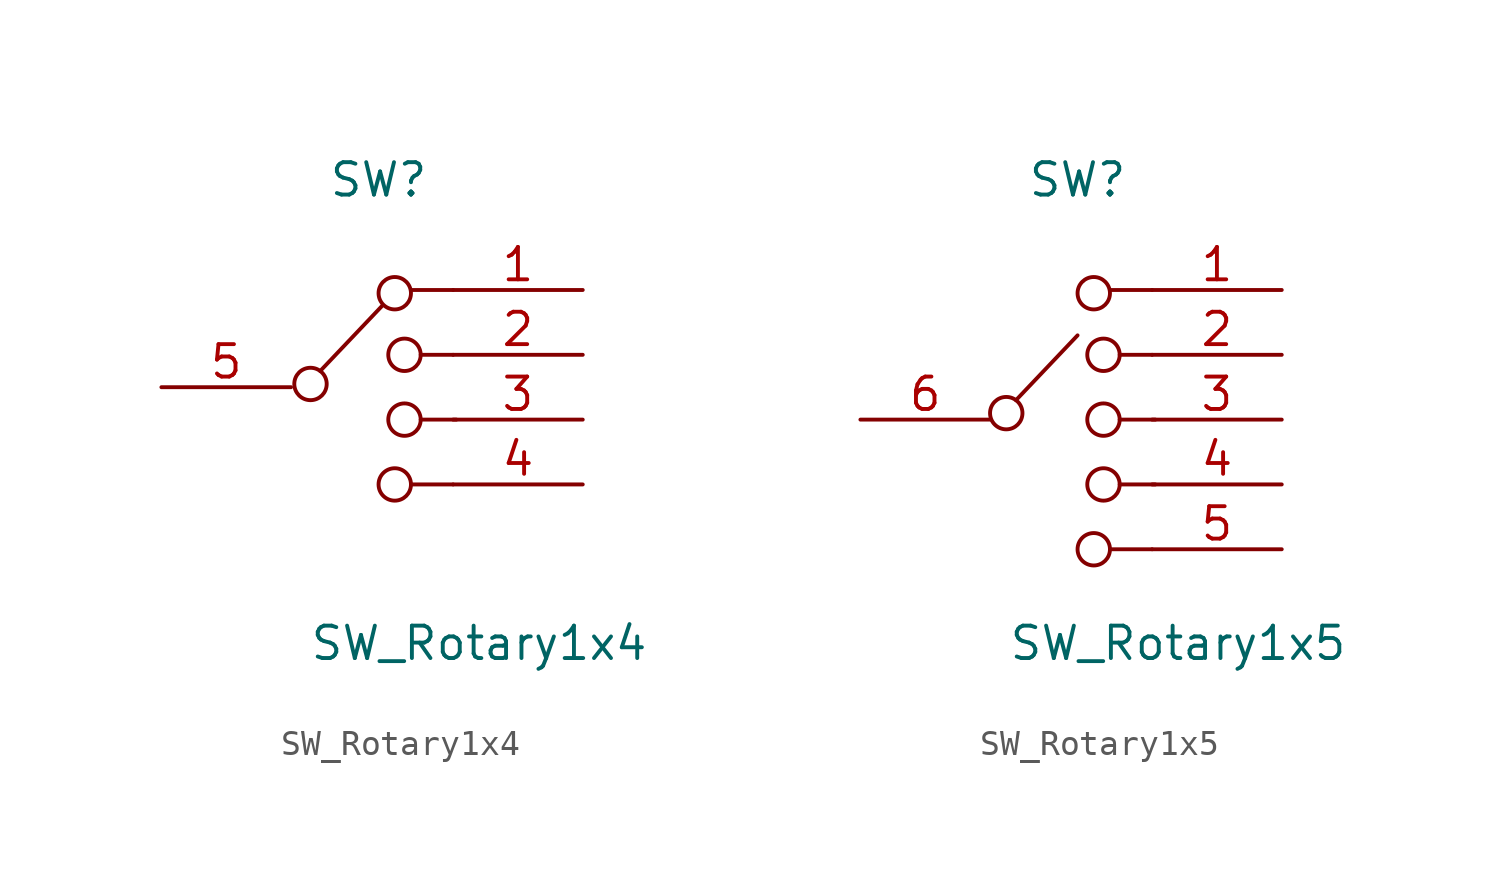
<source format=kicad_sym>
(kicad_symbol_lib
  (version 20201005)
  (generator kicad_symbol_editor)
  (symbol "SW_Rotary1x4"
    (pin_names
      (offset 1.016) hide)
    (property "Reference" "SW"
      (at -1.651 15.748 0)
      (effects (font (size 1.27 1.27))))
    (property "Value" "SW_Rotary1x4"
      (at 2.286 -2.413 0)
      (effects (font (size 1.27 1.27))))
    (symbol "SW_Rotary1x4_0_0"
      (circle (center -4.318 7.747) (radius 0.635) (stroke (width 0)) (fill (type none)))
      (circle (center -1.016 3.81) (radius 0.635) (stroke (width 0)) (fill (type none)))
      (circle (center -1.016 11.303) (radius 0.635) (stroke (width 0)) (fill (type none)))
      (circle (center -0.635 6.35) (radius 0.635) (stroke (width 0)) (fill (type none)))
      (circle (center -0.635 8.89) (radius 0.635) (stroke (width 0)) (fill (type none)))
      (polyline (pts (xy -3.937 8.255) (xy -1.524 10.795)) (stroke (width 0)) (fill (type none)))
      (polyline (pts (xy -0.381 3.81) (xy 1.27 3.81)) (stroke (width 0)) (fill (type none)))
      (polyline (pts (xy 0 6.35) (xy 1.397 6.35)) (stroke (width 0)) (fill (type none)))
      (polyline (pts (xy 0 8.89) (xy 1.27 8.89)) (stroke (width 0)) (fill (type none))))
    (symbol "SW_Rotary1x4_0_1"
      (polyline (pts (xy 1.27 11.43) (xy -0.381 11.43)) (stroke (width 0)) (fill (type none)))
      (pin passive line (at 6.35 11.43 180) (length 5.08) (name "1" (effects (font (size 1.27 1.27)))) (number "1" (effects (font (size 1.27 1.27)))))
      (pin passive line (at 6.35 8.89 180) (length 5.08) (name "2" (effects (font (size 1.27 1.27)))) (number "2" (effects (font (size 1.27 1.27)))))
      (pin passive line (at 6.35 6.35 180) (length 5.08) (name "3" (effects (font (size 1.27 1.27)))) (number "3" (effects (font (size 1.27 1.27)))))
      (pin passive line (at 6.35 3.81 180) (length 5.08) (name "4" (effects (font (size 1.27 1.27)))) (number "4" (effects (font (size 1.27 1.27)))))
      (pin passive line (at -10.16 7.62 0) (length 5.08) (name "5" (effects (font (size 1.27 1.27)))) (number "5" (effects (font (size 1.27 1.27)))))))
  (symbol "SW_Rotary1x5"
    (pin_names
      (offset 1.016) hide)
    (property "Reference" "SW"
      (at -1.651 15.748 0)
      (effects (font (size 1.27 1.27))))
    (property "Value" "SW_Rotary1x5"
      (at 2.286 -2.413 0)
      (effects (font (size 1.27 1.27))))
    (symbol "SW_Rotary1x5_0_0"
      (circle (center -4.445 6.604) (radius 0.635) (stroke (width 0)) (fill (type none)))
      (circle (center -1.016 1.27) (radius 0.635) (stroke (width 0)) (fill (type none)))
      (circle (center -1.016 11.303) (radius 0.635) (stroke (width 0)) (fill (type none)))
      (circle (center -0.635 6.35) (radius 0.635) (stroke (width 0)) (fill (type none)))
      (circle (center -0.635 8.89) (radius 0.635) (stroke (width 0)) (fill (type none)))
      (polyline (pts (xy -4.064 7.112) (xy -1.651 9.652)) (stroke (width 0)) (fill (type none)))
      (polyline (pts (xy -0.381 1.27) (xy 1.27 1.27)) (stroke (width 0)) (fill (type none)))
      (polyline (pts (xy 0 6.35) (xy 1.397 6.35)) (stroke (width 0)) (fill (type none)))
      (polyline (pts (xy 0 8.89) (xy 1.27 8.89)) (stroke (width 0)) (fill (type none))))
    (symbol "SW_Rotary1x5_0_1"
      (polyline (pts (xy 1.27 11.43) (xy -0.381 11.43)) (stroke (width 0)) (fill (type none)))
      (pin passive line (at 6.35 11.43 180) (length 5.08) (name "1" (effects (font (size 1.27 1.27)))) (number "1" (effects (font (size 1.27 1.27)))))
      (pin passive line (at 6.35 8.89 180) (length 5.08) (name "2" (effects (font (size 1.27 1.27)))) (number "2" (effects (font (size 1.27 1.27)))))
      (pin passive line (at 6.35 6.35 180) (length 5.08) (name "3" (effects (font (size 1.27 1.27)))) (number "3" (effects (font (size 1.27 1.27)))))
      (pin passive line (at 6.35 1.27 180) (length 5.08) (name "5" (effects (font (size 1.27 1.27)))) (number "5" (effects (font (size 1.27 1.27)))))
      (pin passive line (at -10.16 6.35 0) (length 5.08) (name "6" (effects (font (size 1.27 1.27)))) (number "6" (effects (font (size 1.27 1.27))))))
    (symbol "SW_Rotary1x5_1_1"
      (circle (center -0.635 3.81) (radius 0.635) (stroke (width 0)) (fill (type none)))
      (polyline (pts (xy 0 3.81) (xy 1.397 3.81)) (stroke (width 0)) (fill (type none)))
      (pin passive line (at 6.35 3.81 180) (length 5.08) (name "4" (effects (font (size 1.27 1.27)))) (number "4" (effects (font (size 1.27 1.27))))))))
</source>
